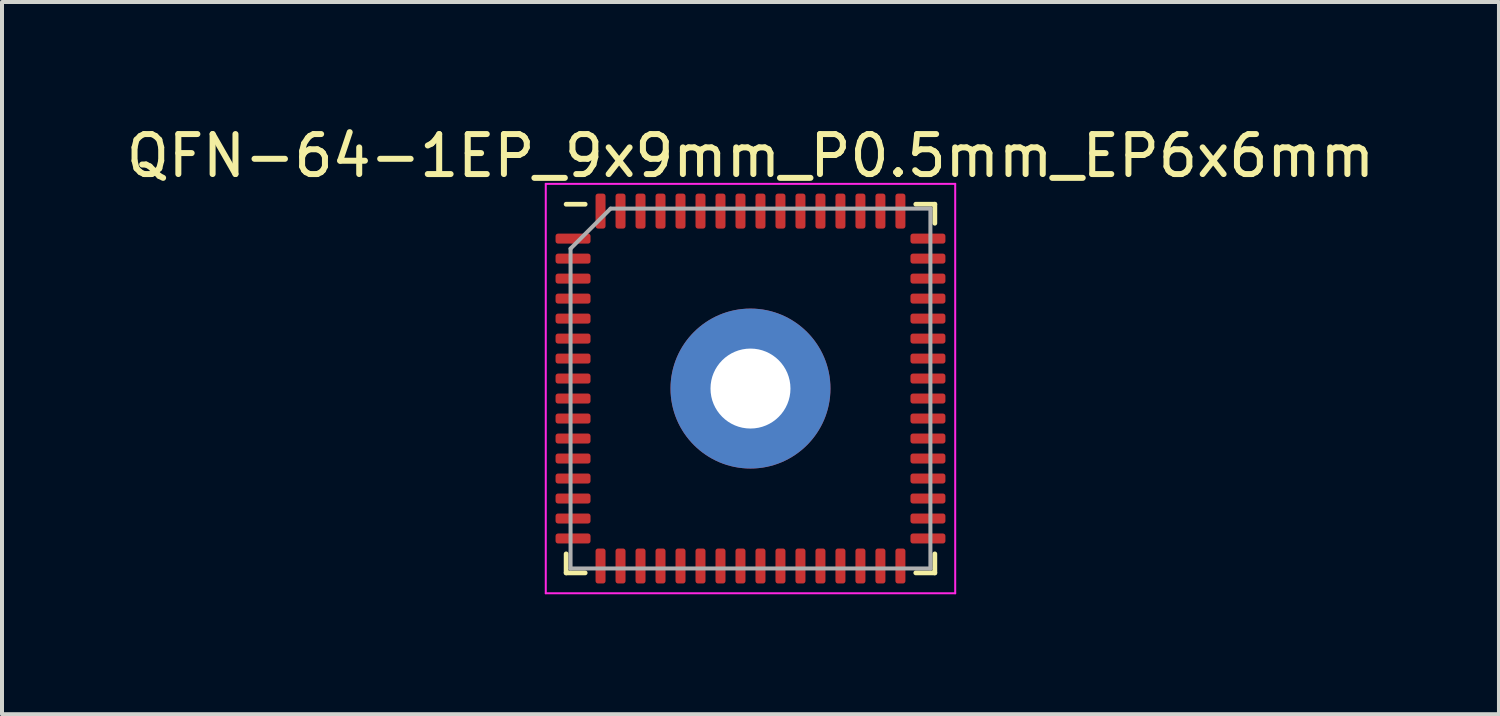
<source format=kicad_pcb>
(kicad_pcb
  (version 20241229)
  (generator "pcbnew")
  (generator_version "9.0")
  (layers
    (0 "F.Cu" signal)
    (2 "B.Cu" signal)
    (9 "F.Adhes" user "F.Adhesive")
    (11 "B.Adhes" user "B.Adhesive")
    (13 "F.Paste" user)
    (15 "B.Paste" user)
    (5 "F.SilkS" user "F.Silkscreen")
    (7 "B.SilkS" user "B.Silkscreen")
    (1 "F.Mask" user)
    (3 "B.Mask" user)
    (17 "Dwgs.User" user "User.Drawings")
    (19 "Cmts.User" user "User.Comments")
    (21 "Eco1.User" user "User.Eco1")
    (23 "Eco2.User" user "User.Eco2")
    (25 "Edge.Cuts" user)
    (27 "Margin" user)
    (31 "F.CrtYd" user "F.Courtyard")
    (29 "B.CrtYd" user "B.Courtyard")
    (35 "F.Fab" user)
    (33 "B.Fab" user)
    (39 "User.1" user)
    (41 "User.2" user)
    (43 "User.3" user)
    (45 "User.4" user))
  (footprint "QFN-64-1EP_9x9mm_P0.5mm_EP6x6mm"
    (layer "F.Cu")
    (at 15.72 6.668)
    (property "Reference" "QFN-64-1EP_9x9mm_P0.5mm_EP6x6mm" (at 0 -5.82 0) (layer "F.SilkS") (effects (font (size 1 1) (thickness 0.15))))
    (attr smd)
    (fp_line (start -4.61 4.61) (end -4.61 4.135) (stroke (width 0.12) (type solid)) (layer "F.SilkS"))
    (fp_line (start -4.135 -4.61) (end -4.61 -4.61) (stroke (width 0.12) (type solid)) (layer "F.SilkS"))
    (fp_line (start -4.135 4.61) (end -4.61 4.61) (stroke (width 0.12) (type solid)) (layer "F.SilkS"))
    (fp_line (start 4.135 -4.61) (end 4.61 -4.61) (stroke (width 0.12) (type solid)) (layer "F.SilkS"))
    (fp_line (start 4.135 4.61) (end 4.61 4.61) (stroke (width 0.12) (type solid)) (layer "F.SilkS"))
    (fp_line (start 4.61 -4.61) (end 4.61 -4.135) (stroke (width 0.12) (type solid)) (layer "F.SilkS"))
    (fp_line (start 4.61 4.61) (end 4.61 4.135) (stroke (width 0.12) (type solid)) (layer "F.SilkS"))
    (fp_line (start -5.12 -5.12) (end -5.12 5.12) (stroke (width 0.05) (type solid)) (layer "F.CrtYd"))
    (fp_line (start -5.12 5.12) (end 5.12 5.12) (stroke (width 0.05) (type solid)) (layer "F.CrtYd"))
    (fp_line (start 5.12 -5.12) (end -5.12 -5.12) (stroke (width 0.05) (type solid)) (layer "F.CrtYd"))
    (fp_line (start 5.12 5.12) (end 5.12 -5.12) (stroke (width 0.05) (type solid)) (layer "F.CrtYd"))
    (fp_line (start -4.5 -3.5) (end -3.5 -4.5) (stroke (width 0.1) (type solid)) (layer "F.Fab"))
    (fp_line (start -4.5 4.5) (end -4.5 -3.5) (stroke (width 0.1) (type solid)) (layer "F.Fab"))
    (fp_line (start -3.5 -4.5) (end 4.5 -4.5) (stroke (width 0.1) (type solid)) (layer "F.Fab"))
    (fp_line (start 4.5 -4.5) (end 4.5 4.5) (stroke (width 0.1) (type solid)) (layer "F.Fab"))
    (fp_line (start 4.5 4.5) (end -4.5 4.5) (stroke (width 0.1) (type solid)) (layer "F.Fab"))
    (pad "1" smd roundrect (at -4.438 -3.75) (size 0.875 0.25) (layers "F.Cu" "F.Mask" "F.Paste") (roundrect_rratio 0.25))
    (pad "2" smd roundrect (at -4.438 -3.25) (size 0.875 0.25) (layers "F.Cu" "F.Mask" "F.Paste") (roundrect_rratio 0.25))
    (pad "3" smd roundrect (at -4.438 -2.75) (size 0.875 0.25) (layers "F.Cu" "F.Mask" "F.Paste") (roundrect_rratio 0.25))
    (pad "4" smd roundrect (at -4.438 -2.25) (size 0.875 0.25) (layers "F.Cu" "F.Mask" "F.Paste") (roundrect_rratio 0.25))
    (pad "5" smd roundrect (at -4.438 -1.75) (size 0.875 0.25) (layers "F.Cu" "F.Mask" "F.Paste") (roundrect_rratio 0.25))
    (pad "6" smd roundrect (at -4.438 -1.25) (size 0.875 0.25) (layers "F.Cu" "F.Mask" "F.Paste") (roundrect_rratio 0.25))
    (pad "7" smd roundrect (at -4.438 -0.75) (size 0.875 0.25) (layers "F.Cu" "F.Mask" "F.Paste") (roundrect_rratio 0.25))
    (pad "8" smd roundrect (at -4.438 -0.25) (size 0.875 0.25) (layers "F.Cu" "F.Mask" "F.Paste") (roundrect_rratio 0.25))
    (pad "9" smd roundrect (at -4.438 0.25) (size 0.875 0.25) (layers "F.Cu" "F.Mask" "F.Paste") (roundrect_rratio 0.25))
    (pad "10" smd roundrect (at -4.438 0.75) (size 0.875 0.25) (layers "F.Cu" "F.Mask" "F.Paste") (roundrect_rratio 0.25))
    (pad "11" smd roundrect (at -4.438 1.25) (size 0.875 0.25) (layers "F.Cu" "F.Mask" "F.Paste") (roundrect_rratio 0.25))
    (pad "12" smd roundrect (at -4.438 1.75) (size 0.875 0.25) (layers "F.Cu" "F.Mask" "F.Paste") (roundrect_rratio 0.25))
    (pad "13" smd roundrect (at -4.438 2.25) (size 0.875 0.25) (layers "F.Cu" "F.Mask" "F.Paste") (roundrect_rratio 0.25))
    (pad "14" smd roundrect (at -4.438 2.75) (size 0.875 0.25) (layers "F.Cu" "F.Mask" "F.Paste") (roundrect_rratio 0.25))
    (pad "15" smd roundrect (at -4.438 3.25) (size 0.875 0.25) (layers "F.Cu" "F.Mask" "F.Paste") (roundrect_rratio 0.25))
    (pad "16" smd roundrect (at -4.438 3.75) (size 0.875 0.25) (layers "F.Cu" "F.Mask" "F.Paste") (roundrect_rratio 0.25))
    (pad "17" smd roundrect (at -3.75 4.438) (size 0.25 0.875) (layers "F.Cu" "F.Mask" "F.Paste") (roundrect_rratio 0.25))
    (pad "18" smd roundrect (at -3.25 4.438) (size 0.25 0.875) (layers "F.Cu" "F.Mask" "F.Paste") (roundrect_rratio 0.25))
    (pad "19" smd roundrect (at -2.75 4.438) (size 0.25 0.875) (layers "F.Cu" "F.Mask" "F.Paste") (roundrect_rratio 0.25))
    (pad "20" smd roundrect (at -2.25 4.438) (size 0.25 0.875) (layers "F.Cu" "F.Mask" "F.Paste") (roundrect_rratio 0.25))
    (pad "21" smd roundrect (at -1.75 4.438) (size 0.25 0.875) (layers "F.Cu" "F.Mask" "F.Paste") (roundrect_rratio 0.25))
    (pad "22" smd roundrect (at -1.25 4.438) (size 0.25 0.875) (layers "F.Cu" "F.Mask" "F.Paste") (roundrect_rratio 0.25))
    (pad "23" smd roundrect (at -0.75 4.438) (size 0.25 0.875) (layers "F.Cu" "F.Mask" "F.Paste") (roundrect_rratio 0.25))
    (pad "24" smd roundrect (at -0.25 4.438) (size 0.25 0.875) (layers "F.Cu" "F.Mask" "F.Paste") (roundrect_rratio 0.25))
    (pad "25" smd roundrect (at 0.25 4.438) (size 0.25 0.875) (layers "F.Cu" "F.Mask" "F.Paste") (roundrect_rratio 0.25))
    (pad "26" smd roundrect (at 0.75 4.438) (size 0.25 0.875) (layers "F.Cu" "F.Mask" "F.Paste") (roundrect_rratio 0.25))
    (pad "27" smd roundrect (at 1.25 4.438) (size 0.25 0.875) (layers "F.Cu" "F.Mask" "F.Paste") (roundrect_rratio 0.25))
    (pad "28" smd roundrect (at 1.75 4.438) (size 0.25 0.875) (layers "F.Cu" "F.Mask" "F.Paste") (roundrect_rratio 0.25))
    (pad "29" smd roundrect (at 2.25 4.438) (size 0.25 0.875) (layers "F.Cu" "F.Mask" "F.Paste") (roundrect_rratio 0.25))
    (pad "30" smd roundrect (at 2.75 4.438) (size 0.25 0.875) (layers "F.Cu" "F.Mask" "F.Paste") (roundrect_rratio 0.25))
    (pad "31" smd roundrect (at 3.25 4.438) (size 0.25 0.875) (layers "F.Cu" "F.Mask" "F.Paste") (roundrect_rratio 0.25))
    (pad "32" smd roundrect (at 3.75 4.438) (size 0.25 0.875) (layers "F.Cu" "F.Mask" "F.Paste") (roundrect_rratio 0.25))
    (pad "33" smd roundrect (at 4.438 3.75) (size 0.875 0.25) (layers "F.Cu" "F.Mask" "F.Paste") (roundrect_rratio 0.25))
    (pad "34" smd roundrect (at 4.438 3.25) (size 0.875 0.25) (layers "F.Cu" "F.Mask" "F.Paste") (roundrect_rratio 0.25))
    (pad "35" smd roundrect (at 4.438 2.75) (size 0.875 0.25) (layers "F.Cu" "F.Mask" "F.Paste") (roundrect_rratio 0.25))
    (pad "36" smd roundrect (at 4.438 2.25) (size 0.875 0.25) (layers "F.Cu" "F.Mask" "F.Paste") (roundrect_rratio 0.25))
    (pad "37" smd roundrect (at 4.438 1.75) (size 0.875 0.25) (layers "F.Cu" "F.Mask" "F.Paste") (roundrect_rratio 0.25))
    (pad "38" smd roundrect (at 4.438 1.25) (size 0.875 0.25) (layers "F.Cu" "F.Mask" "F.Paste") (roundrect_rratio 0.25))
    (pad "39" smd roundrect (at 4.438 0.75) (size 0.875 0.25) (layers "F.Cu" "F.Mask" "F.Paste") (roundrect_rratio 0.25))
    (pad "40" smd roundrect (at 4.438 0.25) (size 0.875 0.25) (layers "F.Cu" "F.Mask" "F.Paste") (roundrect_rratio 0.25))
    (pad "41" smd roundrect (at 4.438 -0.25) (size 0.875 0.25) (layers "F.Cu" "F.Mask" "F.Paste") (roundrect_rratio 0.25))
    (pad "42" smd roundrect (at 4.438 -0.75) (size 0.875 0.25) (layers "F.Cu" "F.Mask" "F.Paste") (roundrect_rratio 0.25))
    (pad "43" smd roundrect (at 4.438 -1.25) (size 0.875 0.25) (layers "F.Cu" "F.Mask" "F.Paste") (roundrect_rratio 0.25))
    (pad "44" smd roundrect (at 4.438 -1.75) (size 0.875 0.25) (layers "F.Cu" "F.Mask" "F.Paste") (roundrect_rratio 0.25))
    (pad "45" smd roundrect (at 4.438 -2.25) (size 0.875 0.25) (layers "F.Cu" "F.Mask" "F.Paste") (roundrect_rratio 0.25))
    (pad "46" smd roundrect (at 4.438 -2.75) (size 0.875 0.25) (layers "F.Cu" "F.Mask" "F.Paste") (roundrect_rratio 0.25))
    (pad "47" smd roundrect (at 4.438 -3.25) (size 0.875 0.25) (layers "F.Cu" "F.Mask" "F.Paste") (roundrect_rratio 0.25))
    (pad "48" smd roundrect (at 4.438 -3.75) (size 0.875 0.25) (layers "F.Cu" "F.Mask" "F.Paste") (roundrect_rratio 0.25))
    (pad "49" smd roundrect (at 3.75 -4.438) (size 0.25 0.875) (layers "F.Cu" "F.Mask" "F.Paste") (roundrect_rratio 0.25))
    (pad "50" smd roundrect (at 3.25 -4.438) (size 0.25 0.875) (layers "F.Cu" "F.Mask" "F.Paste") (roundrect_rratio 0.25))
    (pad "51" smd roundrect (at 2.75 -4.438) (size 0.25 0.875) (layers "F.Cu" "F.Mask" "F.Paste") (roundrect_rratio 0.25))
    (pad "52" smd roundrect (at 2.25 -4.438) (size 0.25 0.875) (layers "F.Cu" "F.Mask" "F.Paste") (roundrect_rratio 0.25))
    (pad "53" smd roundrect (at 1.75 -4.438) (size 0.25 0.875) (layers "F.Cu" "F.Mask" "F.Paste") (roundrect_rratio 0.25))
    (pad "54" smd roundrect (at 1.25 -4.438) (size 0.25 0.875) (layers "F.Cu" "F.Mask" "F.Paste") (roundrect_rratio 0.25))
    (pad "55" smd roundrect (at 0.75 -4.438) (size 0.25 0.875) (layers "F.Cu" "F.Mask" "F.Paste") (roundrect_rratio 0.25))
    (pad "56" smd roundrect (at 0.25 -4.438) (size 0.25 0.875) (layers "F.Cu" "F.Mask" "F.Paste") (roundrect_rratio 0.25))
    (pad "57" smd roundrect (at -0.25 -4.438) (size 0.25 0.875) (layers "F.Cu" "F.Mask" "F.Paste") (roundrect_rratio 0.25))
    (pad "58" smd roundrect (at -0.75 -4.438) (size 0.25 0.875) (layers "F.Cu" "F.Mask" "F.Paste") (roundrect_rratio 0.25))
    (pad "59" smd roundrect (at -1.25 -4.438) (size 0.25 0.875) (layers "F.Cu" "F.Mask" "F.Paste") (roundrect_rratio 0.25))
    (pad "60" smd roundrect (at -1.75 -4.438) (size 0.25 0.875) (layers "F.Cu" "F.Mask" "F.Paste") (roundrect_rratio 0.25))
    (pad "61" smd roundrect (at -2.25 -4.438) (size 0.25 0.875) (layers "F.Cu" "F.Mask" "F.Paste") (roundrect_rratio 0.25))
    (pad "62" smd roundrect (at -2.75 -4.438) (size 0.25 0.875) (layers "F.Cu" "F.Mask" "F.Paste") (roundrect_rratio 0.25))
    (pad "63" smd roundrect (at -3.25 -4.438) (size 0.25 0.875) (layers "F.Cu" "F.Mask" "F.Paste") (roundrect_rratio 0.25))
    (pad "64" smd roundrect (at -3.75 -4.438) (size 0.25 0.875) (layers "F.Cu" "F.Mask" "F.Paste") (roundrect_rratio 0.25))
    (pad "65" thru_hole circle (at 0 0) (size 4 4) (drill 2) (layers "*.Cu" "*.Mask")))
  (gr_rect
    (start -3 -3)
    (end 34.44 14.813)
    (stroke (width 0.1) (type default))
    (fill no)
    (layer "Edge.Cuts")))
</source>
